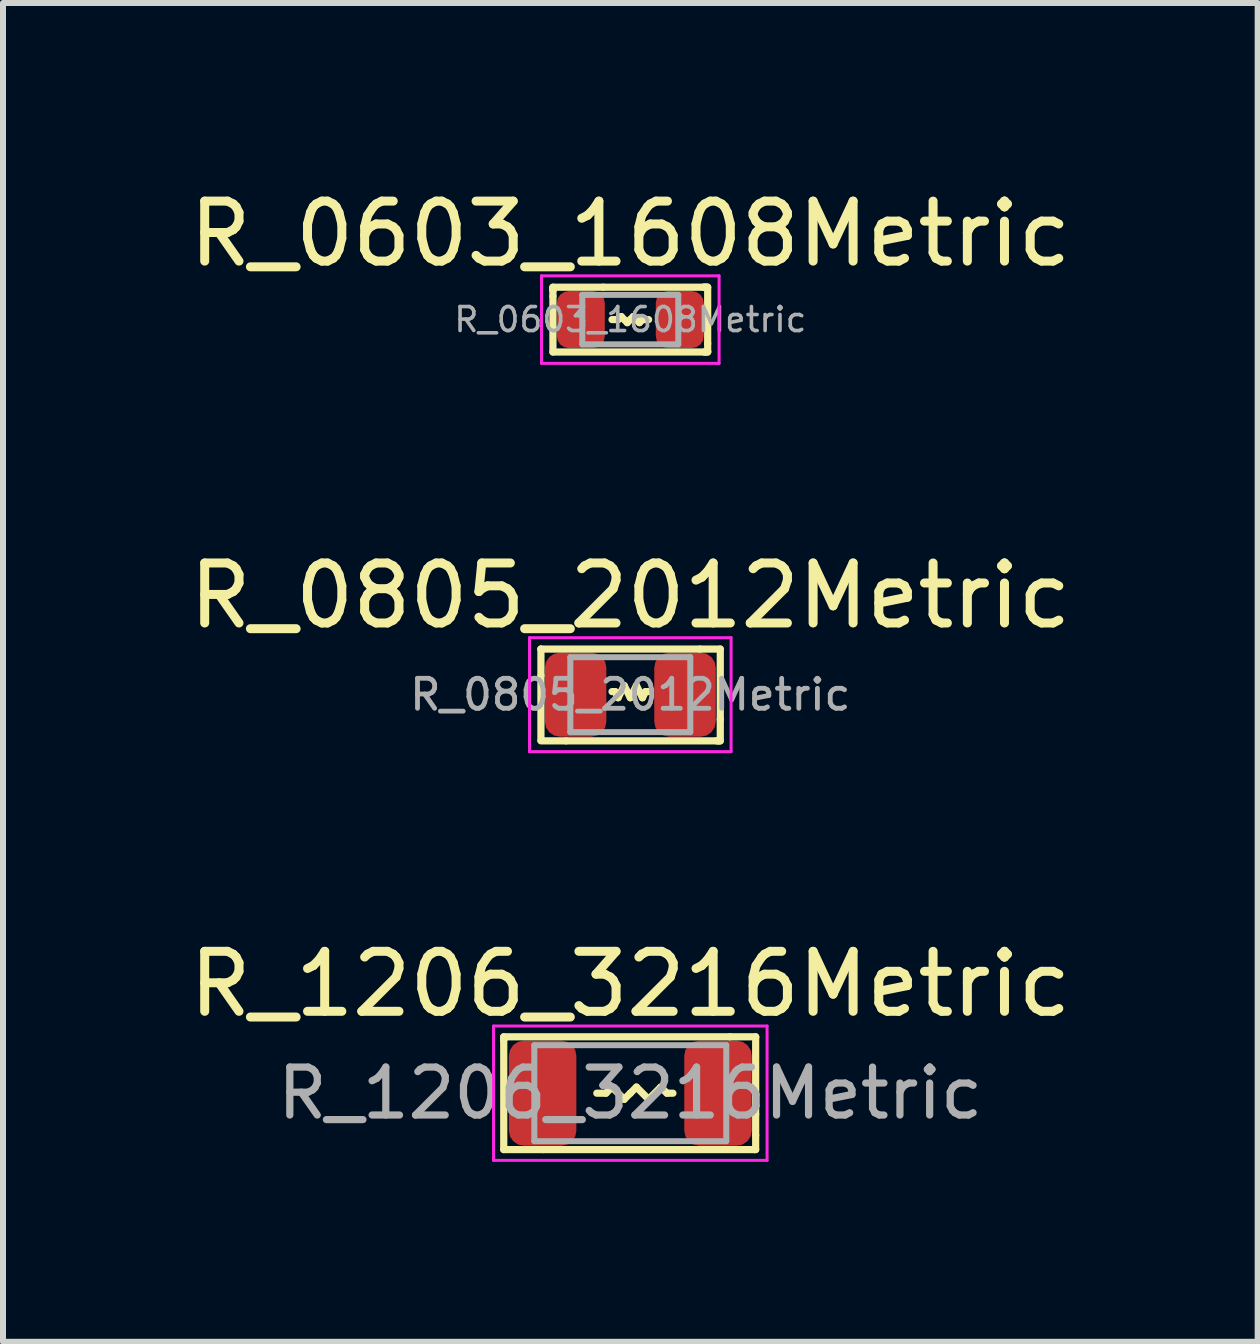
<source format=kicad_pcb>
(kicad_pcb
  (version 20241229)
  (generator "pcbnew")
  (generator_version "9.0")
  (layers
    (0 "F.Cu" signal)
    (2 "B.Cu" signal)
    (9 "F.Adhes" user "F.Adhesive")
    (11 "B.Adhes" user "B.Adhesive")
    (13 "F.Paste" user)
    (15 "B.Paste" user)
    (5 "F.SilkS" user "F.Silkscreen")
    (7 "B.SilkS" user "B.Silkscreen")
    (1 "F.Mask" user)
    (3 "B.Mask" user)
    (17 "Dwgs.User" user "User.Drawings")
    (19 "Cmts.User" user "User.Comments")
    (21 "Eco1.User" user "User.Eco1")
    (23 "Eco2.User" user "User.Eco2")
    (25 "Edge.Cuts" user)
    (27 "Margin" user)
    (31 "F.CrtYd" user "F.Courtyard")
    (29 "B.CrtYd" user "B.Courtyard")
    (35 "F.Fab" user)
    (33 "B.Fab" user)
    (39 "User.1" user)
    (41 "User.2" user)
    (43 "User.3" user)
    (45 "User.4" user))
  (footprint "R_1206_3216Metric"
    (layer "F.Cu")
    (at 7.458 15.175)
    (property "Reference" "R_1206_3216Metric" (at 0 -1.82 0) (layer "F.SilkS") (effects (font (size 1 1) (thickness 0.15))))
    (attr smd)
    (fp_line (start -2.11 -0.94) (end -2.11 -0.89) (stroke (width 0.12) (type solid)) (layer "F.SilkS"))
    (fp_line (start -2.11 -0.89) (end -2.11 -0.93) (stroke (width 0.12) (type solid)) (layer "F.SilkS"))
    (fp_line (start -2.11 -0.88) (end -2.11 0.94) (stroke (width 0.12) (type solid)) (layer "F.SilkS"))
    (fp_line (start -2.11 0.94) (end -1.45 0.94) (stroke (width 0.12) (type solid)) (layer "F.SilkS"))
    (fp_line (start -1.45 0.94) (end 2.07 0.94) (stroke (width 0.12) (type solid)) (layer "F.SilkS"))
    (fp_line (start -0.406 0) (end -0.559 0) (stroke (width 0.12) (type solid)) (layer "F.SilkS"))
    (fp_line (start -0.305 -0.102) (end -0.406 0) (stroke (width 0.12) (type solid)) (layer "F.SilkS"))
    (fp_line (start -0.102 0.102) (end -0.305 -0.102) (stroke (width 0.12) (type solid)) (layer "F.SilkS"))
    (fp_line (start 0 0) (end -0.102 0.102) (stroke (width 0.12) (type solid)) (layer "F.SilkS"))
    (fp_line (start 0 0) (end 0.102 -0.102) (stroke (width 0.12) (type solid)) (layer "F.SilkS"))
    (fp_line (start 0.102 -0.102) (end 0.305 0.102) (stroke (width 0.12) (type solid)) (layer "F.SilkS"))
    (fp_line (start 0.305 0.102) (end 0.508 -0.102) (stroke (width 0.12) (type solid)) (layer "F.SilkS"))
    (fp_line (start 0.508 -0.102) (end 0.61 0) (stroke (width 0.12) (type solid)) (layer "F.SilkS"))
    (fp_line (start 0.61 0) (end 0.711 0) (stroke (width 0.12) (type solid)) (layer "F.SilkS"))
    (fp_line (start 1.66 -0.94) (end -2.11 -0.94) (stroke (width 0.12) (type solid)) (layer "F.SilkS"))
    (fp_line (start 2.07 0.94) (end 2.09 0.94) (stroke (width 0.12) (type solid)) (layer "F.SilkS"))
    (fp_line (start 2.09 -0.94) (end 1.66 -0.94) (stroke (width 0.12) (type solid)) (layer "F.SilkS"))
    (fp_line (start 2.09 -0.93) (end 2.09 -0.94) (stroke (width 0.12) (type solid)) (layer "F.SilkS"))
    (fp_line (start 2.09 0.35) (end 2.09 -0.93) (stroke (width 0.12) (type solid)) (layer "F.SilkS"))
    (fp_line (start 2.09 0.7) (end 2.09 0.35) (stroke (width 0.12) (type solid)) (layer "F.SilkS"))
    (fp_line (start 2.09 0.94) (end 2.09 0.7) (stroke (width 0.12) (type solid)) (layer "F.SilkS"))
    (fp_line (start -2.28 -1.12) (end 2.28 -1.12) (stroke (width 0.05) (type solid)) (layer "F.CrtYd"))
    (fp_line (start -2.28 1.12) (end -2.28 -1.12) (stroke (width 0.05) (type solid)) (layer "F.CrtYd"))
    (fp_line (start 2.28 -1.12) (end 2.28 1.12) (stroke (width 0.05) (type solid)) (layer "F.CrtYd"))
    (fp_line (start 2.28 1.12) (end -2.28 1.12) (stroke (width 0.05) (type solid)) (layer "F.CrtYd"))
    (fp_line (start -1.6 -0.8) (end 1.6 -0.8) (stroke (width 0.1) (type solid)) (layer "F.Fab"))
    (fp_line (start -1.6 0.8) (end -1.6 -0.8) (stroke (width 0.1) (type solid)) (layer "F.Fab"))
    (fp_line (start 1.6 -0.8) (end 1.6 0.8) (stroke (width 0.1) (type solid)) (layer "F.Fab"))
    (fp_line (start 1.6 0.8) (end -1.6 0.8) (stroke (width 0.1) (type solid)) (layer "F.Fab"))
    (fp_text user "${REFERENCE}" (at 0 0 0) (layer "F.Fab") (effects (font (size 0.8 0.8) (thickness 0.12))))
    (pad "1" smd roundrect (at -1.462 0) (size 1.125 1.75) (layers "F.Cu" "F.Mask" "F.Paste") (roundrect_rratio 0.222))
    (pad "2" smd roundrect (at 1.462 0) (size 1.125 1.75) (layers "F.Cu" "F.Mask" "F.Paste") (roundrect_rratio 0.222)))
  (footprint "R_0805_2012Metric"
    (layer "F.Cu")
    (at 7.458 8.531)
    (property "Reference" "R_0805_2012Metric" (at 0 -1.65 0) (layer "F.SilkS") (effects (font (size 1 1) (thickness 0.15))))
    (attr smd)
    (fp_line (start -1.49 -0.76) (end -1.49 -0.32) (stroke (width 0.12) (type solid)) (layer "F.SilkS"))
    (fp_line (start -1.49 -0.76) (end -1.48 -0.75) (stroke (width 0.12) (type solid)) (layer "F.SilkS"))
    (fp_line (start -1.49 -0.32) (end -1.49 0.76) (stroke (width 0.12) (type solid)) (layer "F.SilkS"))
    (fp_line (start -1.49 0.77) (end -1.07 0.77) (stroke (width 0.12) (type solid)) (layer "F.SilkS"))
    (fp_line (start -1.07 0.77) (end 1.44 0.77) (stroke (width 0.12) (type solid)) (layer "F.SilkS"))
    (fp_line (start -0.254 -0.051) (end -0.305 -0.051) (stroke (width 0.12) (type solid)) (layer "F.SilkS"))
    (fp_line (start -0.203 0.051) (end -0.254 -0.051) (stroke (width 0.12) (type solid)) (layer "F.SilkS"))
    (fp_line (start -0.203 0.051) (end -0.102 -0.152) (stroke (width 0.12) (type solid)) (layer "F.SilkS"))
    (fp_line (start -0.102 -0.152) (end 0 0.051) (stroke (width 0.12) (type solid)) (layer "F.SilkS"))
    (fp_line (start 0 0.051) (end 0.102 -0.152) (stroke (width 0.12) (type solid)) (layer "F.SilkS"))
    (fp_line (start 0.102 -0.152) (end 0.203 0.051) (stroke (width 0.12) (type solid)) (layer "F.SilkS"))
    (fp_line (start 0.203 0.051) (end 0.254 -0.051) (stroke (width 0.12) (type solid)) (layer "F.SilkS"))
    (fp_line (start 0.254 -0.051) (end 0.305 -0.051) (stroke (width 0.12) (type solid)) (layer "F.SilkS"))
    (fp_line (start 1.16 -0.76) (end -1.49 -0.76) (stroke (width 0.12) (type solid)) (layer "F.SilkS"))
    (fp_line (start 1.44 0.77) (end 1.47 0.77) (stroke (width 0.12) (type solid)) (layer "F.SilkS"))
    (fp_line (start 1.47 0.77) (end 1.48 0.77) (stroke (width 0.12) (type solid)) (layer "F.SilkS"))
    (fp_line (start 1.48 0.77) (end 1.5 0.77) (stroke (width 0.12) (type solid)) (layer "F.SilkS"))
    (fp_line (start 1.5 -0.76) (end 1.16 -0.76) (stroke (width 0.12) (type solid)) (layer "F.SilkS"))
    (fp_line (start 1.5 0.41) (end 1.5 -0.76) (stroke (width 0.12) (type solid)) (layer "F.SilkS"))
    (fp_line (start 1.5 0.77) (end 1.5 0.41) (stroke (width 0.12) (type solid)) (layer "F.SilkS"))
    (fp_line (start -1.68 -0.95) (end 1.68 -0.95) (stroke (width 0.05) (type solid)) (layer "F.CrtYd"))
    (fp_line (start -1.68 0.95) (end -1.68 -0.95) (stroke (width 0.05) (type solid)) (layer "F.CrtYd"))
    (fp_line (start 1.68 -0.95) (end 1.68 0.95) (stroke (width 0.05) (type solid)) (layer "F.CrtYd"))
    (fp_line (start 1.68 0.95) (end -1.68 0.95) (stroke (width 0.05) (type solid)) (layer "F.CrtYd"))
    (fp_line (start -1 -0.625) (end 1 -0.625) (stroke (width 0.1) (type solid)) (layer "F.Fab"))
    (fp_line (start -1 0.625) (end -1 -0.625) (stroke (width 0.1) (type solid)) (layer "F.Fab"))
    (fp_line (start 1 -0.625) (end 1 0.625) (stroke (width 0.1) (type solid)) (layer "F.Fab"))
    (fp_line (start 1 0.625) (end -1 0.625) (stroke (width 0.1) (type solid)) (layer "F.Fab"))
    (fp_text user "${REFERENCE}" (at 0 0 0) (layer "F.Fab") (effects (font (size 0.5 0.5) (thickness 0.08))))
    (pad "1" smd roundrect (at -0.912 0) (size 1.025 1.4) (layers "F.Cu" "F.Mask" "F.Paste") (roundrect_rratio 0.244))
    (pad "2" smd roundrect (at 0.912 0) (size 1.025 1.4) (layers "F.Cu" "F.Mask" "F.Paste") (roundrect_rratio 0.244)))
  (footprint "R_0603_1608Metric"
    (layer "F.Cu")
    (at 7.458 2.278)
    (property "Reference" "R_0603_1608Metric" (at 0 -1.43 0) (layer "F.SilkS") (effects (font (size 1 1) (thickness 0.15))))
    (attr smd)
    (fp_line (start -1.29 -0.54) (end -0.45 -0.54) (stroke (width 0.12) (type solid)) (layer "F.SilkS"))
    (fp_line (start -1.29 -0.53) (end -1.29 -0.54) (stroke (width 0.12) (type solid)) (layer "F.SilkS"))
    (fp_line (start -1.29 -0.52) (end -1.29 -0.53) (stroke (width 0.12) (type solid)) (layer "F.SilkS"))
    (fp_line (start -1.29 -0.5) (end -1.29 -0.52) (stroke (width 0.12) (type solid)) (layer "F.SilkS"))
    (fp_line (start -1.29 -0.48) (end -1.29 -0.5) (stroke (width 0.12) (type solid)) (layer "F.SilkS"))
    (fp_line (start -1.29 -0.39) (end -1.29 -0.48) (stroke (width 0.12) (type solid)) (layer "F.SilkS"))
    (fp_line (start -1.29 0.13) (end -1.29 -0.39) (stroke (width 0.12) (type solid)) (layer "F.SilkS"))
    (fp_line (start -1.29 0.54) (end -1.29 0.13) (stroke (width 0.12) (type solid)) (layer "F.SilkS"))
    (fp_line (start -0.45 -0.54) (end 1.22 -0.54) (stroke (width 0.12) (type solid)) (layer "F.SilkS"))
    (fp_line (start -0.203 0) (end -0.305 0) (stroke (width 0.12) (type solid)) (layer "F.SilkS"))
    (fp_line (start -0.152 -0.051) (end -0.203 0) (stroke (width 0.12) (type solid)) (layer "F.SilkS"))
    (fp_line (start -0.051 0.051) (end -0.152 -0.051) (stroke (width 0.12) (type solid)) (layer "F.SilkS"))
    (fp_line (start 0 0) (end -0.051 0.051) (stroke (width 0.12) (type solid)) (layer "F.SilkS"))
    (fp_line (start 0 0) (end 0.051 -0.051) (stroke (width 0.12) (type solid)) (layer "F.SilkS"))
    (fp_line (start 0.051 -0.051) (end 0.152 0.051) (stroke (width 0.12) (type solid)) (layer "F.SilkS"))
    (fp_line (start 0.152 0.051) (end 0.203 0) (stroke (width 0.12) (type solid)) (layer "F.SilkS"))
    (fp_line (start 0.203 0) (end 0.305 0) (stroke (width 0.12) (type solid)) (layer "F.SilkS"))
    (fp_line (start 1.22 -0.54) (end 1.23 -0.54) (stroke (width 0.12) (type solid)) (layer "F.SilkS"))
    (fp_line (start 1.23 -0.54) (end 1.24 -0.54) (stroke (width 0.12) (type solid)) (layer "F.SilkS"))
    (fp_line (start 1.24 -0.54) (end 1.26 -0.54) (stroke (width 0.12) (type solid)) (layer "F.SilkS"))
    (fp_line (start 1.24 0.54) (end 1.29 0.53) (stroke (width 0.12) (type solid)) (layer "F.SilkS"))
    (fp_line (start 1.25 0.54) (end -1.29 0.54) (stroke (width 0.12) (type solid)) (layer "F.SilkS"))
    (fp_line (start 1.26 -0.54) (end 1.28 -0.54) (stroke (width 0.12) (type solid)) (layer "F.SilkS"))
    (fp_line (start 1.28 -0.54) (end 1.29 -0.54) (stroke (width 0.12) (type solid)) (layer "F.SilkS"))
    (fp_line (start 1.29 -0.54) (end 1.29 0.4) (stroke (width 0.12) (type solid)) (layer "F.SilkS"))
    (fp_line (start 1.29 0.4) (end 1.29 0.54) (stroke (width 0.12) (type solid)) (layer "F.SilkS"))
    (fp_line (start 1.29 0.54) (end 1.24 0.54) (stroke (width 0.12) (type solid)) (layer "F.SilkS"))
    (fp_line (start -1.48 -0.73) (end 1.48 -0.73) (stroke (width 0.05) (type solid)) (layer "F.CrtYd"))
    (fp_line (start -1.48 0.73) (end -1.48 -0.73) (stroke (width 0.05) (type solid)) (layer "F.CrtYd"))
    (fp_line (start 1.48 -0.73) (end 1.48 0.73) (stroke (width 0.05) (type solid)) (layer "F.CrtYd"))
    (fp_line (start 1.48 0.73) (end -1.48 0.73) (stroke (width 0.05) (type solid)) (layer "F.CrtYd"))
    (fp_line (start -0.8 -0.412) (end 0.8 -0.412) (stroke (width 0.1) (type solid)) (layer "F.Fab"))
    (fp_line (start -0.8 0.412) (end -0.8 -0.412) (stroke (width 0.1) (type solid)) (layer "F.Fab"))
    (fp_line (start 0.8 -0.412) (end 0.8 0.412) (stroke (width 0.1) (type solid)) (layer "F.Fab"))
    (fp_line (start 0.8 0.412) (end -0.8 0.412) (stroke (width 0.1) (type solid)) (layer "F.Fab"))
    (fp_text user "${REFERENCE}" (at 0 0 0) (layer "F.Fab") (effects (font (size 0.4 0.4) (thickness 0.06))))
    (pad "1" smd roundrect (at -0.825 0) (size 0.8 0.95) (layers "F.Cu" "F.Mask" "F.Paste") (roundrect_rratio 0.25))
    (pad "2" smd roundrect (at 0.825 0) (size 0.8 0.95) (layers "F.Cu" "F.Mask" "F.Paste") (roundrect_rratio 0.25)))
  (gr_rect
    (start -3 -3)
    (end 17.917 19.32)
    (stroke (width 0.1) (type default))
    (fill no)
    (layer "Edge.Cuts")))
</source>
